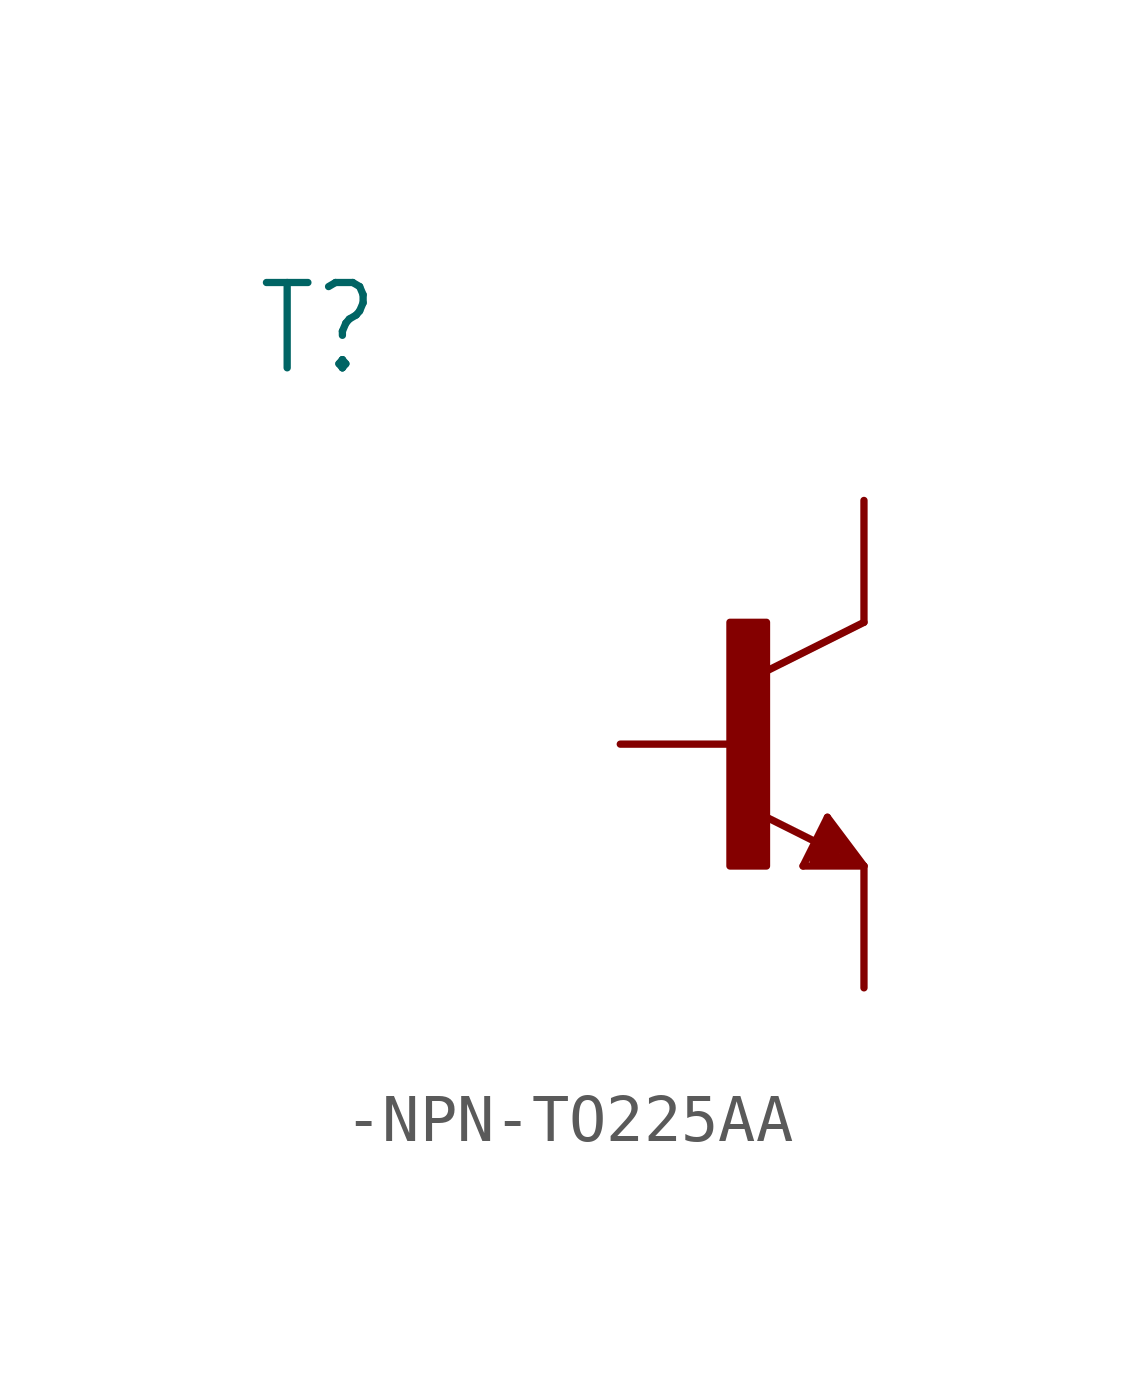
<source format=kicad_sym>
(kicad_symbol_lib
  (version 20241209)
  (generator "kicad_symbol_editor")
  (generator_version "9.0")
  (symbol "-NPN-TO225AA"
    (property "Reference" "T"
      (at -10.16 7.62 0)
      (effects (font (size 1.778 1.511)) (justify left bottom)))
    (property "Value" ""
      (at -10.16 5.08 0)
      (effects (font (size 1.778 1.511)) (justify left bottom)))
    (property "ki_locked" ""
      (at 0 0 0)
      (effects (font (size 1.27 1.27))))
    (symbol "-NPN-TO225AA_1_0"
      (rectangle (start -0.254 -2.54) (end 0.508 2.54) (stroke (width 0) (type default)) (fill (type outline)))
      (polyline (pts (xy 1.27 -2.54) (xy 1.778 -1.524)) (stroke (width 0.152) (type solid)) (fill (type none)))
      (polyline (pts (xy 1.524 -2.286) (xy 1.905 -2.286)) (stroke (width 0.254) (type solid)) (fill (type none)))
      (polyline (pts (xy 1.524 -2.413) (xy 2.286 -2.413)) (stroke (width 0.254) (type solid)) (fill (type none)))
      (polyline (pts (xy 1.54 -2.04) (xy 0.308 -1.424)) (stroke (width 0.152) (type solid)) (fill (type none)))
      (polyline (pts (xy 1.778 -1.524) (xy 2.54 -2.54)) (stroke (width 0.152) (type solid)) (fill (type none)))
      (polyline (pts (xy 1.778 -1.778) (xy 1.524 -2.286)) (stroke (width 0.254) (type solid)) (fill (type none)))
      (polyline (pts (xy 1.905 -2.286) (xy 1.778 -2.032)) (stroke (width 0.254) (type solid)) (fill (type none)))
      (polyline (pts (xy 2.286 -2.413) (xy 1.778 -1.778)) (stroke (width 0.254) (type solid)) (fill (type none)))
      (polyline (pts (xy 2.54 2.54) (xy 0.508 1.524)) (stroke (width 0.152) (type solid)) (fill (type none)))
      (polyline (pts (xy 2.54 -2.54) (xy 1.27 -2.54)) (stroke (width 0.152) (type solid)) (fill (type none)))
      (pin passive line (at -2.54 0 0) (length 2.54) (name "B" (effects (font (size 0 0)))) (number "1" (effects (font (size 0 0)))))
      (pin passive line (at 2.54 5.08 270) (length 2.54) (name "C" (effects (font (size 0 0)))) (number "2" (effects (font (size 0 0)))))
      (pin passive line (at 2.54 -5.08 90) (length 2.54) (name "E" (effects (font (size 0 0)))) (number "3" (effects (font (size 0 0))))))))
</source>
